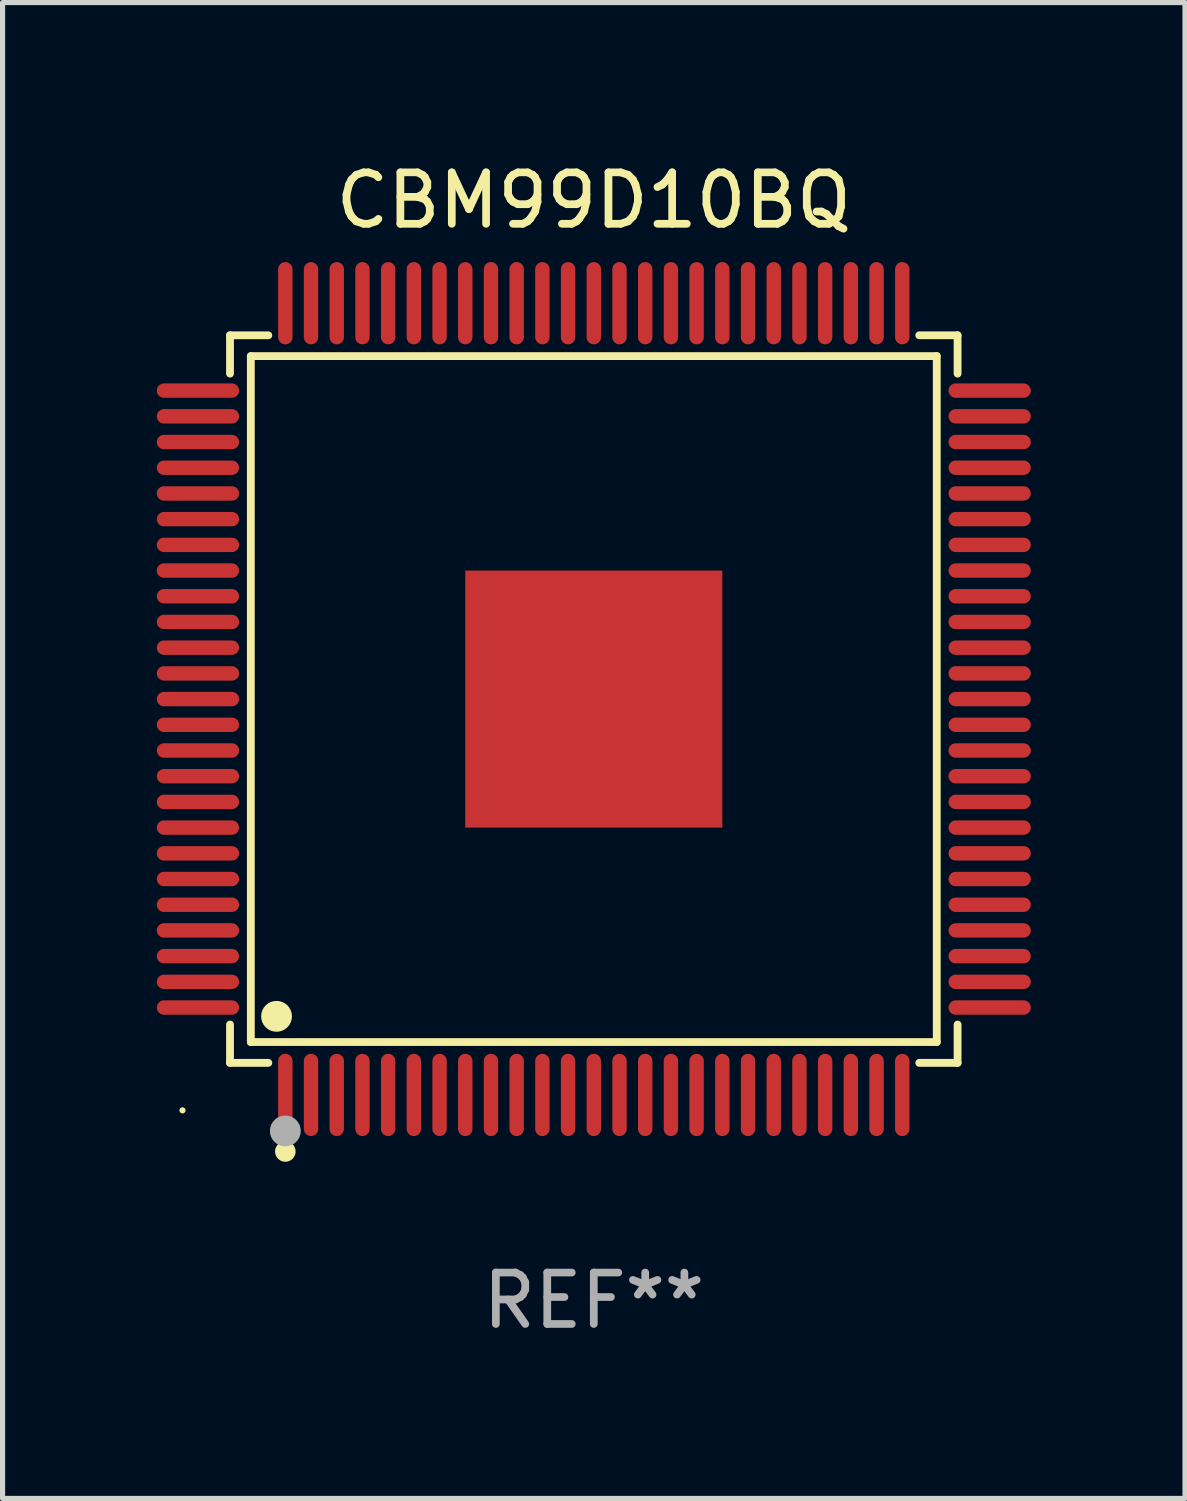
<source format=kicad_pcb>
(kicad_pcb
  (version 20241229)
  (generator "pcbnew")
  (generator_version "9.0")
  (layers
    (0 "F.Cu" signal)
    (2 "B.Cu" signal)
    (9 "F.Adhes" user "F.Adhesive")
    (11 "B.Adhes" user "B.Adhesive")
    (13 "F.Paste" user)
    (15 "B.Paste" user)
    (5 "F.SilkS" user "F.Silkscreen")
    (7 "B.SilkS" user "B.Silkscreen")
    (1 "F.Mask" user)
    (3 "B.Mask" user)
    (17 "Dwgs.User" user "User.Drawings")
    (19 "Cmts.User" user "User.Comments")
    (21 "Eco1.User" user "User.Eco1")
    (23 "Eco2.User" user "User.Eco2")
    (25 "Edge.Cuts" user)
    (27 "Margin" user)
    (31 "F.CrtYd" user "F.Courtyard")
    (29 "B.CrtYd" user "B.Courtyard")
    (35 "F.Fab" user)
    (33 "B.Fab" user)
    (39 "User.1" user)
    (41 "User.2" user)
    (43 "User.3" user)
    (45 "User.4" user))
  (footprint "CBM99D10BQ"
    (layer "F.Cu")
    (at 8.5 10.548)
    (property "Reference" "CBM99D10BQ" (at 0 -9.7 0) (layer "F.SilkS") (effects (font (size 1 1) (thickness 0.15))))
    (attr through_hole)
    (fp_line (start -7.076 -7.076) (end -6.331 -7.076) (stroke (width 0.152) (type solid)) (layer "F.SilkS"))
    (fp_line (start -7.076 -6.331) (end -7.076 -7.076) (stroke (width 0.152) (type solid)) (layer "F.SilkS"))
    (fp_line (start -7.076 6.331) (end -7.076 7.076) (stroke (width 0.152) (type solid)) (layer "F.SilkS"))
    (fp_line (start -7.076 7.076) (end -6.331 7.076) (stroke (width 0.152) (type solid)) (layer "F.SilkS"))
    (fp_line (start -6.671 -6.671) (end 6.671 -6.671) (stroke (width 0.152) (type solid)) (layer "F.SilkS"))
    (fp_line (start -6.671 6.671) (end -6.671 -6.671) (stroke (width 0.152) (type solid)) (layer "F.SilkS"))
    (fp_line (start 6.671 -6.671) (end 6.671 6.671) (stroke (width 0.152) (type solid)) (layer "F.SilkS"))
    (fp_line (start 6.671 6.671) (end -6.671 6.671) (stroke (width 0.152) (type solid)) (layer "F.SilkS"))
    (fp_line (start 7.076 -7.076) (end 6.331 -7.076) (stroke (width 0.152) (type solid)) (layer "F.SilkS"))
    (fp_line (start 7.076 -6.331) (end 7.076 -7.076) (stroke (width 0.152) (type solid)) (layer "F.SilkS"))
    (fp_line (start 7.076 6.331) (end 7.076 7.076) (stroke (width 0.152) (type solid)) (layer "F.SilkS"))
    (fp_line (start 7.076 7.076) (end 6.331 7.076) (stroke (width 0.152) (type solid)) (layer "F.SilkS"))
    (fp_circle (center -8 8) (end -7.97 8) (stroke (width 0.06) (type solid)) (fill no) (layer "F.SilkS"))
    (fp_circle (center -6.171 6.171) (end -6.021 6.171) (stroke (width 0.3) (type solid)) (fill no) (layer "F.SilkS"))
    (fp_circle (center -6 8.8) (end -5.9 8.8) (stroke (width 0.2) (type solid)) (fill no) (layer "F.SilkS"))
    (fp_circle (center -6 8.4) (end -5.85 8.4) (stroke (width 0.3) (type solid)) (fill no) (layer "F.Fab"))
    (fp_text user "REF**" (at 0 11.7 0) (layer "F.Fab") (effects (font (size 1 1) (thickness 0.15))))
    (pad "1" smd oval (at -6 7.7) (size 0.28 1.6) (layers "F.Cu" "F.Mask" "F.Paste"))
    (pad "2" smd oval (at -5.5 7.7) (size 0.28 1.6) (layers "F.Cu" "F.Mask" "F.Paste"))
    (pad "3" smd oval (at -5 7.7) (size 0.28 1.6) (layers "F.Cu" "F.Mask" "F.Paste"))
    (pad "4" smd oval (at -4.5 7.7) (size 0.28 1.6) (layers "F.Cu" "F.Mask" "F.Paste"))
    (pad "5" smd oval (at -4 7.7) (size 0.28 1.6) (layers "F.Cu" "F.Mask" "F.Paste"))
    (pad "6" smd oval (at -3.5 7.7) (size 0.28 1.6) (layers "F.Cu" "F.Mask" "F.Paste"))
    (pad "7" smd oval (at -3 7.7) (size 0.28 1.6) (layers "F.Cu" "F.Mask" "F.Paste"))
    (pad "8" smd oval (at -2.5 7.7) (size 0.28 1.6) (layers "F.Cu" "F.Mask" "F.Paste"))
    (pad "9" smd oval (at -2 7.7) (size 0.28 1.6) (layers "F.Cu" "F.Mask" "F.Paste"))
    (pad "10" smd oval (at -1.5 7.7) (size 0.28 1.6) (layers "F.Cu" "F.Mask" "F.Paste"))
    (pad "11" smd oval (at -1 7.7) (size 0.28 1.6) (layers "F.Cu" "F.Mask" "F.Paste"))
    (pad "12" smd oval (at -0.5 7.7) (size 0.28 1.6) (layers "F.Cu" "F.Mask" "F.Paste"))
    (pad "13" smd oval (at 0 7.7) (size 0.28 1.6) (layers "F.Cu" "F.Mask" "F.Paste"))
    (pad "14" smd oval (at 0.5 7.7) (size 0.28 1.6) (layers "F.Cu" "F.Mask" "F.Paste"))
    (pad "15" smd oval (at 1 7.7) (size 0.28 1.6) (layers "F.Cu" "F.Mask" "F.Paste"))
    (pad "16" smd oval (at 1.5 7.7) (size 0.28 1.6) (layers "F.Cu" "F.Mask" "F.Paste"))
    (pad "17" smd oval (at 2 7.7) (size 0.28 1.6) (layers "F.Cu" "F.Mask" "F.Paste"))
    (pad "18" smd oval (at 2.5 7.7) (size 0.28 1.6) (layers "F.Cu" "F.Mask" "F.Paste"))
    (pad "19" smd oval (at 3 7.7) (size 0.28 1.6) (layers "F.Cu" "F.Mask" "F.Paste"))
    (pad "20" smd oval (at 3.5 7.7) (size 0.28 1.6) (layers "F.Cu" "F.Mask" "F.Paste"))
    (pad "21" smd oval (at 4 7.7) (size 0.28 1.6) (layers "F.Cu" "F.Mask" "F.Paste"))
    (pad "22" smd oval (at 4.5 7.7) (size 0.28 1.6) (layers "F.Cu" "F.Mask" "F.Paste"))
    (pad "23" smd oval (at 5 7.7) (size 0.28 1.6) (layers "F.Cu" "F.Mask" "F.Paste"))
    (pad "24" smd oval (at 5.5 7.7) (size 0.28 1.6) (layers "F.Cu" "F.Mask" "F.Paste"))
    (pad "25" smd oval (at 6 7.7) (size 0.28 1.6) (layers "F.Cu" "F.Mask" "F.Paste"))
    (pad "26" smd oval (at 7.7 6) (size 1.6 0.28) (layers "F.Cu" "F.Mask" "F.Paste"))
    (pad "27" smd oval (at 7.7 5.5) (size 1.6 0.28) (layers "F.Cu" "F.Mask" "F.Paste"))
    (pad "28" smd oval (at 7.7 5) (size 1.6 0.28) (layers "F.Cu" "F.Mask" "F.Paste"))
    (pad "29" smd oval (at 7.7 4.5) (size 1.6 0.28) (layers "F.Cu" "F.Mask" "F.Paste"))
    (pad "30" smd oval (at 7.7 4) (size 1.6 0.28) (layers "F.Cu" "F.Mask" "F.Paste"))
    (pad "31" smd oval (at 7.7 3.5) (size 1.6 0.28) (layers "F.Cu" "F.Mask" "F.Paste"))
    (pad "32" smd oval (at 7.7 3) (size 1.6 0.28) (layers "F.Cu" "F.Mask" "F.Paste"))
    (pad "33" smd oval (at 7.7 2.5) (size 1.6 0.28) (layers "F.Cu" "F.Mask" "F.Paste"))
    (pad "34" smd oval (at 7.7 2) (size 1.6 0.28) (layers "F.Cu" "F.Mask" "F.Paste"))
    (pad "35" smd oval (at 7.7 1.5) (size 1.6 0.28) (layers "F.Cu" "F.Mask" "F.Paste"))
    (pad "36" smd oval (at 7.7 1) (size 1.6 0.28) (layers "F.Cu" "F.Mask" "F.Paste"))
    (pad "37" smd oval (at 7.7 0.5) (size 1.6 0.28) (layers "F.Cu" "F.Mask" "F.Paste"))
    (pad "38" smd oval (at 7.7 0) (size 1.6 0.28) (layers "F.Cu" "F.Mask" "F.Paste"))
    (pad "39" smd oval (at 7.7 -0.5) (size 1.6 0.28) (layers "F.Cu" "F.Mask" "F.Paste"))
    (pad "40" smd oval (at 7.7 -1) (size 1.6 0.28) (layers "F.Cu" "F.Mask" "F.Paste"))
    (pad "41" smd oval (at 7.7 -1.5) (size 1.6 0.28) (layers "F.Cu" "F.Mask" "F.Paste"))
    (pad "42" smd oval (at 7.7 -2) (size 1.6 0.28) (layers "F.Cu" "F.Mask" "F.Paste"))
    (pad "43" smd oval (at 7.7 -2.5) (size 1.6 0.28) (layers "F.Cu" "F.Mask" "F.Paste"))
    (pad "44" smd oval (at 7.7 -3) (size 1.6 0.28) (layers "F.Cu" "F.Mask" "F.Paste"))
    (pad "45" smd oval (at 7.7 -3.5) (size 1.6 0.28) (layers "F.Cu" "F.Mask" "F.Paste"))
    (pad "46" smd oval (at 7.7 -4) (size 1.6 0.28) (layers "F.Cu" "F.Mask" "F.Paste"))
    (pad "47" smd oval (at 7.7 -4.5) (size 1.6 0.28) (layers "F.Cu" "F.Mask" "F.Paste"))
    (pad "48" smd oval (at 7.7 -5) (size 1.6 0.28) (layers "F.Cu" "F.Mask" "F.Paste"))
    (pad "49" smd oval (at 7.7 -5.5) (size 1.6 0.28) (layers "F.Cu" "F.Mask" "F.Paste"))
    (pad "50" smd oval (at 7.7 -6) (size 1.6 0.28) (layers "F.Cu" "F.Mask" "F.Paste"))
    (pad "51" smd oval (at 6 -7.7) (size 0.28 1.6) (layers "F.Cu" "F.Mask" "F.Paste"))
    (pad "52" smd oval (at 5.5 -7.7) (size 0.28 1.6) (layers "F.Cu" "F.Mask" "F.Paste"))
    (pad "53" smd oval (at 5 -7.7) (size 0.28 1.6) (layers "F.Cu" "F.Mask" "F.Paste"))
    (pad "54" smd oval (at 4.5 -7.7) (size 0.28 1.6) (layers "F.Cu" "F.Mask" "F.Paste"))
    (pad "55" smd oval (at 4 -7.7) (size 0.28 1.6) (layers "F.Cu" "F.Mask" "F.Paste"))
    (pad "56" smd oval (at 3.5 -7.7) (size 0.28 1.6) (layers "F.Cu" "F.Mask" "F.Paste"))
    (pad "57" smd oval (at 3 -7.7) (size 0.28 1.6) (layers "F.Cu" "F.Mask" "F.Paste"))
    (pad "58" smd oval (at 2.5 -7.7) (size 0.28 1.6) (layers "F.Cu" "F.Mask" "F.Paste"))
    (pad "59" smd oval (at 2 -7.7) (size 0.28 1.6) (layers "F.Cu" "F.Mask" "F.Paste"))
    (pad "60" smd oval (at 1.5 -7.7) (size 0.28 1.6) (layers "F.Cu" "F.Mask" "F.Paste"))
    (pad "61" smd oval (at 1 -7.7) (size 0.28 1.6) (layers "F.Cu" "F.Mask" "F.Paste"))
    (pad "62" smd oval (at 0.5 -7.7) (size 0.28 1.6) (layers "F.Cu" "F.Mask" "F.Paste"))
    (pad "63" smd oval (at 0 -7.7) (size 0.28 1.6) (layers "F.Cu" "F.Mask" "F.Paste"))
    (pad "64" smd oval (at -0.5 -7.7) (size 0.28 1.6) (layers "F.Cu" "F.Mask" "F.Paste"))
    (pad "65" smd oval (at -1 -7.7) (size 0.28 1.6) (layers "F.Cu" "F.Mask" "F.Paste"))
    (pad "66" smd oval (at -1.5 -7.7) (size 0.28 1.6) (layers "F.Cu" "F.Mask" "F.Paste"))
    (pad "67" smd oval (at -2 -7.7) (size 0.28 1.6) (layers "F.Cu" "F.Mask" "F.Paste"))
    (pad "68" smd oval (at -2.5 -7.7) (size 0.28 1.6) (layers "F.Cu" "F.Mask" "F.Paste"))
    (pad "69" smd oval (at -3 -7.7) (size 0.28 1.6) (layers "F.Cu" "F.Mask" "F.Paste"))
    (pad "70" smd oval (at -3.5 -7.7) (size 0.28 1.6) (layers "F.Cu" "F.Mask" "F.Paste"))
    (pad "71" smd oval (at -4 -7.7) (size 0.28 1.6) (layers "F.Cu" "F.Mask" "F.Paste"))
    (pad "72" smd oval (at -4.5 -7.7) (size 0.28 1.6) (layers "F.Cu" "F.Mask" "F.Paste"))
    (pad "73" smd oval (at -5 -7.7) (size 0.28 1.6) (layers "F.Cu" "F.Mask" "F.Paste"))
    (pad "74" smd oval (at -5.5 -7.7) (size 0.28 1.6) (layers "F.Cu" "F.Mask" "F.Paste"))
    (pad "75" smd oval (at -6 -7.7) (size 0.28 1.6) (layers "F.Cu" "F.Mask" "F.Paste"))
    (pad "76" smd oval (at -7.7 -6) (size 1.6 0.28) (layers "F.Cu" "F.Mask" "F.Paste"))
    (pad "77" smd oval (at -7.7 -5.5) (size 1.6 0.28) (layers "F.Cu" "F.Mask" "F.Paste"))
    (pad "78" smd oval (at -7.7 -5) (size 1.6 0.28) (layers "F.Cu" "F.Mask" "F.Paste"))
    (pad "79" smd oval (at -7.7 -4.5) (size 1.6 0.28) (layers "F.Cu" "F.Mask" "F.Paste"))
    (pad "80" smd oval (at -7.7 -4) (size 1.6 0.28) (layers "F.Cu" "F.Mask" "F.Paste"))
    (pad "81" smd oval (at -7.7 -3.5) (size 1.6 0.28) (layers "F.Cu" "F.Mask" "F.Paste"))
    (pad "82" smd oval (at -7.7 -3) (size 1.6 0.28) (layers "F.Cu" "F.Mask" "F.Paste"))
    (pad "83" smd oval (at -7.7 -2.5) (size 1.6 0.28) (layers "F.Cu" "F.Mask" "F.Paste"))
    (pad "84" smd oval (at -7.7 -2) (size 1.6 0.28) (layers "F.Cu" "F.Mask" "F.Paste"))
    (pad "85" smd oval (at -7.7 -1.5) (size 1.6 0.28) (layers "F.Cu" "F.Mask" "F.Paste"))
    (pad "86" smd oval (at -7.7 -1) (size 1.6 0.28) (layers "F.Cu" "F.Mask" "F.Paste"))
    (pad "87" smd oval (at -7.7 -0.5) (size 1.6 0.28) (layers "F.Cu" "F.Mask" "F.Paste"))
    (pad "88" smd oval (at -7.7 0) (size 1.6 0.28) (layers "F.Cu" "F.Mask" "F.Paste"))
    (pad "89" smd oval (at -7.7 0.5) (size 1.6 0.28) (layers "F.Cu" "F.Mask" "F.Paste"))
    (pad "90" smd oval (at -7.7 1) (size 1.6 0.28) (layers "F.Cu" "F.Mask" "F.Paste"))
    (pad "91" smd oval (at -7.7 1.5) (size 1.6 0.28) (layers "F.Cu" "F.Mask" "F.Paste"))
    (pad "92" smd oval (at -7.7 2) (size 1.6 0.28) (layers "F.Cu" "F.Mask" "F.Paste"))
    (pad "93" smd oval (at -7.7 2.5) (size 1.6 0.28) (layers "F.Cu" "F.Mask" "F.Paste"))
    (pad "94" smd oval (at -7.7 3) (size 1.6 0.28) (layers "F.Cu" "F.Mask" "F.Paste"))
    (pad "95" smd oval (at -7.7 3.5) (size 1.6 0.28) (layers "F.Cu" "F.Mask" "F.Paste"))
    (pad "96" smd oval (at -7.7 4) (size 1.6 0.28) (layers "F.Cu" "F.Mask" "F.Paste"))
    (pad "97" smd oval (at -7.7 4.5) (size 1.6 0.28) (layers "F.Cu" "F.Mask" "F.Paste"))
    (pad "98" smd oval (at -7.7 5) (size 1.6 0.28) (layers "F.Cu" "F.Mask" "F.Paste"))
    (pad "99" smd oval (at -7.7 5.5) (size 1.6 0.28) (layers "F.Cu" "F.Mask" "F.Paste"))
    (pad "100" smd oval (at -7.7 6) (size 1.6 0.28) (layers "F.Cu" "F.Mask" "F.Paste"))
    (pad "101" smd rect (at 0 0) (size 5 5) (layers "F.Cu" "F.Mask" "F.Paste")))
  (gr_rect
    (start -3 -3)
    (end 20 26.097)
    (stroke (width 0.1) (type default))
    (fill no)
    (layer "Edge.Cuts")))
</source>
